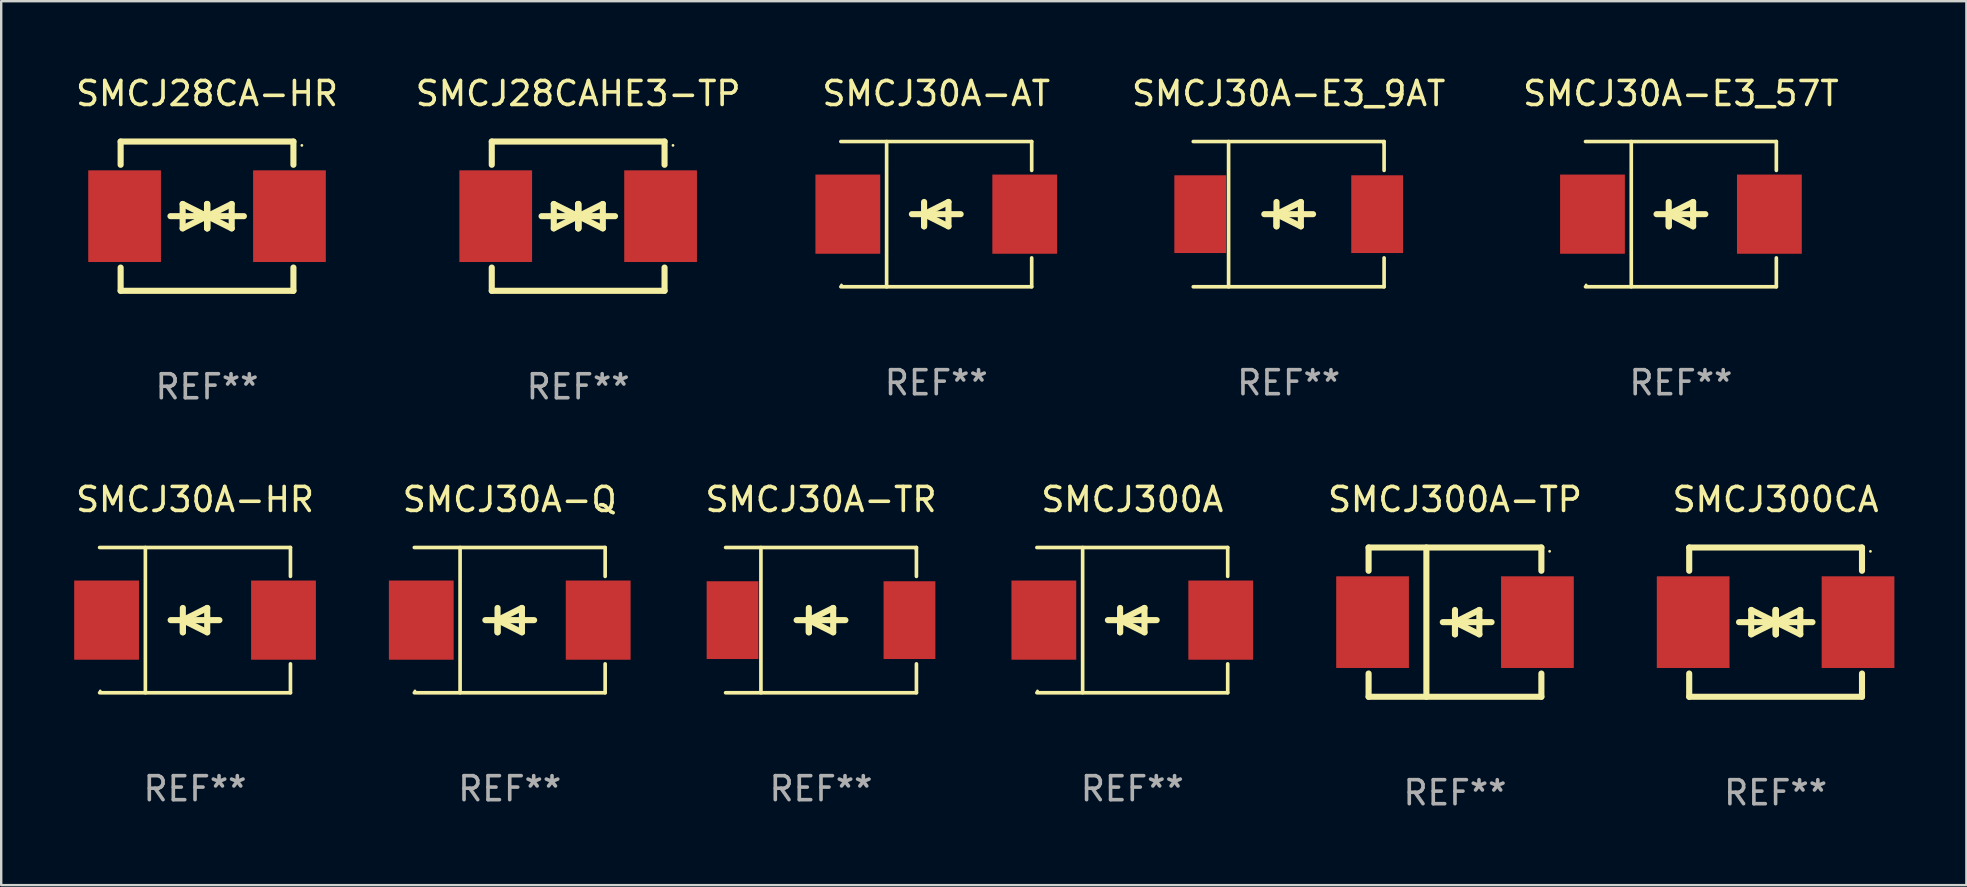
<source format=kicad_pcb>
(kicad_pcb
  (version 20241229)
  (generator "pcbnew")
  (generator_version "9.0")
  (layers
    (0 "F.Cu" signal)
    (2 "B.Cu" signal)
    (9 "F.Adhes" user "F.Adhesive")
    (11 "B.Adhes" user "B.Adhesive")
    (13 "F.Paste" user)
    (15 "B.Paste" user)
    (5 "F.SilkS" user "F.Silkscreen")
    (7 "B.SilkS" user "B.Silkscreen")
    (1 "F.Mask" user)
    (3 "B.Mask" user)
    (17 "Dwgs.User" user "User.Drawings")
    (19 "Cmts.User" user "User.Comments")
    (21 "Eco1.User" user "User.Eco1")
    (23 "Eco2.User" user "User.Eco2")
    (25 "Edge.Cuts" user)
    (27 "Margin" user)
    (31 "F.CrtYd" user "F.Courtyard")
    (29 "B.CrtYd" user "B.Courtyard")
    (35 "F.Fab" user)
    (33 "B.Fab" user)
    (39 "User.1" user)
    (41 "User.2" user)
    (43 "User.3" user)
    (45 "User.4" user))
  (footprint "SMCJ300CA"
    (layer "F.Cu")
    (at 70.94 22.875)
    (property "Reference" "SMCJ300CA" (at 0 -5.11 0) (layer "F.SilkS") (effects (font (size 1 1) (thickness 0.15))))
    (attr through_hole)
    (fp_line (start -3.6 -2.141) (end -3.6 -3.11) (stroke (width 0.254) (type solid)) (layer "F.SilkS"))
    (fp_line (start -3.6 3.11) (end -3.6 2.141) (stroke (width 0.254) (type solid)) (layer "F.SilkS"))
    (fp_line (start -1.524 0) (end 0.508 0) (stroke (width 0.254) (type solid)) (layer "F.SilkS"))
    (fp_line (start -1.016 -0.508) (end -1.016 0.508) (stroke (width 0.254) (type solid)) (layer "F.SilkS"))
    (fp_line (start -1.016 0.508) (end 0 0) (stroke (width 0.254) (type solid)) (layer "F.SilkS"))
    (fp_line (start 0 -0.508) (end 0 0.508) (stroke (width 0.254) (type solid)) (layer "F.SilkS"))
    (fp_line (start 0 0) (end -1.016 -0.508) (stroke (width 0.254) (type solid)) (layer "F.SilkS"))
    (fp_line (start 0 0) (end 0 -0.508) (stroke (width 0.254) (type solid)) (layer "F.SilkS"))
    (fp_line (start 0.012 0) (end 0.012 0.508) (stroke (width 0.254) (type solid)) (layer "F.SilkS"))
    (fp_line (start 0.012 0) (end 1.028 0.508) (stroke (width 0.254) (type solid)) (layer "F.SilkS"))
    (fp_line (start 0.012 0.508) (end 0.012 -0.508) (stroke (width 0.254) (type solid)) (layer "F.SilkS"))
    (fp_line (start 1.028 -0.508) (end 0.012 0) (stroke (width 0.254) (type solid)) (layer "F.SilkS"))
    (fp_line (start 1.028 0.508) (end 1.028 -0.508) (stroke (width 0.254) (type solid)) (layer "F.SilkS"))
    (fp_line (start 1.536 0) (end -0.496 0) (stroke (width 0.254) (type solid)) (layer "F.SilkS"))
    (fp_line (start 3.6 -3.11) (end -3.6 -3.11) (stroke (width 0.254) (type solid)) (layer "F.SilkS"))
    (fp_line (start 3.6 -2.141) (end 3.6 -3.11) (stroke (width 0.254) (type solid)) (layer "F.SilkS"))
    (fp_line (start 3.6 3.11) (end -3.6 3.11) (stroke (width 0.254) (type solid)) (layer "F.SilkS"))
    (fp_line (start 3.6 3.11) (end 3.6 2.141) (stroke (width 0.254) (type solid)) (layer "F.SilkS"))
    (fp_circle (center 3.952 -2.95) (end 3.982 -2.95) (stroke (width 0.06) (type solid)) (fill no) (layer "F.SilkS"))
    (fp_text user "REF**" (at 0 7.11 0) (layer "F.Fab") (effects (font (size 1 1) (thickness 0.15))))
    (pad "1" smd rect (at 3.435 0) (size 3.03 3.82) (layers "F.Cu" "F.Mask" "F.Paste"))
    (pad "2" smd rect (at -3.435 0) (size 3.03 3.82) (layers "F.Cu" "F.Mask" "F.Paste")))
  (footprint "SMCJ30A-TR"
    (layer "F.Cu")
    (at 31.162 22.791)
    (property "Reference" "SMCJ30A-TR" (at 0 -5.026 0) (layer "F.SilkS") (effects (font (size 1 1) (thickness 0.15))))
    (attr through_hole)
    (fp_line (start -3.976 -3.026) (end 3.976 -3.026) (stroke (width 0.152) (type solid)) (layer "F.SilkS"))
    (fp_line (start -3.976 3.026) (end 3.976 3.026) (stroke (width 0.152) (type solid)) (layer "F.SilkS"))
    (fp_line (start -2.504 -3.026) (end -2.504 3.026) (stroke (width 0.152) (type solid)) (layer "F.SilkS"))
    (fp_line (start -0.508 0) (end -0.508 0.508) (stroke (width 0.254) (type solid)) (layer "F.SilkS"))
    (fp_line (start -0.508 0) (end 0.508 0.508) (stroke (width 0.254) (type solid)) (layer "F.SilkS"))
    (fp_line (start -0.508 0.508) (end -0.508 -0.508) (stroke (width 0.254) (type solid)) (layer "F.SilkS"))
    (fp_line (start 0.508 -0.508) (end -0.508 0) (stroke (width 0.254) (type solid)) (layer "F.SilkS"))
    (fp_line (start 0.508 0.508) (end 0.508 -0.508) (stroke (width 0.254) (type solid)) (layer "F.SilkS"))
    (fp_line (start 1.016 0) (end -1.016 0) (stroke (width 0.254) (type solid)) (layer "F.SilkS"))
    (fp_line (start 3.976 -3.026) (end 3.976 -1.823) (stroke (width 0.152) (type solid)) (layer "F.SilkS"))
    (fp_line (start 3.976 3.026) (end 3.976 1.823) (stroke (width 0.152) (type solid)) (layer "F.SilkS"))
    (fp_circle (center 3.95 -2.95) (end 3.98 -2.95) (stroke (width 0.06) (type solid)) (fill no) (layer "F.SilkS"))
    (fp_text user "REF**" (at 0 7.026 0) (layer "F.Fab") (effects (font (size 1 1) (thickness 0.15))))
    (pad "1" smd rect (at 3.686 0 180) (size 2.158 3.24) (layers "F.Cu" "F.Mask" "F.Paste"))
    (pad "2" smd rect (at -3.686 0 180) (size 2.158 3.24) (layers "F.Cu" "F.Mask" "F.Paste")))
  (footprint "SMCJ28CA-HR"
    (layer "F.Cu")
    (at 5.577 5.958)
    (property "Reference" "SMCJ28CA-HR" (at 0 -5.11 0) (layer "F.SilkS") (effects (font (size 1 1) (thickness 0.15))))
    (attr through_hole)
    (fp_line (start -3.6 -2.141) (end -3.6 -3.11) (stroke (width 0.254) (type solid)) (layer "F.SilkS"))
    (fp_line (start -3.6 3.11) (end -3.6 2.141) (stroke (width 0.254) (type solid)) (layer "F.SilkS"))
    (fp_line (start -1.524 0) (end 0.508 0) (stroke (width 0.254) (type solid)) (layer "F.SilkS"))
    (fp_line (start -1.016 -0.508) (end -1.016 0.508) (stroke (width 0.254) (type solid)) (layer "F.SilkS"))
    (fp_line (start -1.016 0.508) (end 0 0) (stroke (width 0.254) (type solid)) (layer "F.SilkS"))
    (fp_line (start 0 -0.508) (end 0 0.508) (stroke (width 0.254) (type solid)) (layer "F.SilkS"))
    (fp_line (start 0 0) (end -1.016 -0.508) (stroke (width 0.254) (type solid)) (layer "F.SilkS"))
    (fp_line (start 0 0) (end 0 -0.508) (stroke (width 0.254) (type solid)) (layer "F.SilkS"))
    (fp_line (start 0.012 0) (end 0.012 0.508) (stroke (width 0.254) (type solid)) (layer "F.SilkS"))
    (fp_line (start 0.012 0) (end 1.028 0.508) (stroke (width 0.254) (type solid)) (layer "F.SilkS"))
    (fp_line (start 0.012 0.508) (end 0.012 -0.508) (stroke (width 0.254) (type solid)) (layer "F.SilkS"))
    (fp_line (start 1.028 -0.508) (end 0.012 0) (stroke (width 0.254) (type solid)) (layer "F.SilkS"))
    (fp_line (start 1.028 0.508) (end 1.028 -0.508) (stroke (width 0.254) (type solid)) (layer "F.SilkS"))
    (fp_line (start 1.536 0) (end -0.496 0) (stroke (width 0.254) (type solid)) (layer "F.SilkS"))
    (fp_line (start 3.6 -3.11) (end -3.6 -3.11) (stroke (width 0.254) (type solid)) (layer "F.SilkS"))
    (fp_line (start 3.6 -2.141) (end 3.6 -3.11) (stroke (width 0.254) (type solid)) (layer "F.SilkS"))
    (fp_line (start 3.6 3.11) (end -3.6 3.11) (stroke (width 0.254) (type solid)) (layer "F.SilkS"))
    (fp_line (start 3.6 3.11) (end 3.6 2.141) (stroke (width 0.254) (type solid)) (layer "F.SilkS"))
    (fp_circle (center 3.952 -2.95) (end 3.982 -2.95) (stroke (width 0.06) (type solid)) (fill no) (layer "F.SilkS"))
    (fp_text user "REF**" (at 0 7.11 0) (layer "F.Fab") (effects (font (size 1 1) (thickness 0.15))))
    (pad "1" smd rect (at 3.435 0) (size 3.03 3.82) (layers "F.Cu" "F.Mask" "F.Paste"))
    (pad "2" smd rect (at -3.435 0) (size 3.03 3.82) (layers "F.Cu" "F.Mask" "F.Paste")))
  (footprint "SMCJ30A-HR"
    (layer "F.Cu")
    (at 5.077 22.791)
    (property "Reference" "SMCJ30A-HR" (at 0 -5.026 0) (layer "F.SilkS") (effects (font (size 1 1) (thickness 0.15))))
    (attr through_hole)
    (fp_line (start -3.976 -3.026) (end 3.976 -3.026) (stroke (width 0.152) (type solid)) (layer "F.SilkS"))
    (fp_line (start -3.976 3.026) (end 3.976 3.026) (stroke (width 0.152) (type solid)) (layer "F.SilkS"))
    (fp_line (start -2.069 -3.026) (end -2.069 3.026) (stroke (width 0.152) (type solid)) (layer "F.SilkS"))
    (fp_line (start -0.508 0) (end -0.508 0.508) (stroke (width 0.254) (type solid)) (layer "F.SilkS"))
    (fp_line (start -0.508 0) (end 0.508 0.508) (stroke (width 0.254) (type solid)) (layer "F.SilkS"))
    (fp_line (start -0.508 0.508) (end -0.508 -0.508) (stroke (width 0.254) (type solid)) (layer "F.SilkS"))
    (fp_line (start 0.508 -0.508) (end -0.508 0) (stroke (width 0.254) (type solid)) (layer "F.SilkS"))
    (fp_line (start 0.508 0.508) (end 0.508 -0.508) (stroke (width 0.254) (type solid)) (layer "F.SilkS"))
    (fp_line (start 1.016 0) (end -1.016 0) (stroke (width 0.254) (type solid)) (layer "F.SilkS"))
    (fp_line (start 3.976 -3.026) (end 3.976 -1.823) (stroke (width 0.152) (type solid)) (layer "F.SilkS"))
    (fp_line (start 3.976 3.026) (end 3.976 1.823) (stroke (width 0.152) (type solid)) (layer "F.SilkS"))
    (fp_circle (center -3.95 2.95) (end -3.92 2.95) (stroke (width 0.06) (type solid)) (fill no) (layer "F.SilkS"))
    (fp_text user "REF**" (at 0 7.026 0) (layer "F.Fab") (effects (font (size 1 1) (thickness 0.15))))
    (pad "1" smd rect (at -3.686 0) (size 2.7 3.3) (layers "F.Cu" "F.Mask" "F.Paste"))
    (pad "2" smd rect (at 3.686 0) (size 2.7 3.3) (layers "F.Cu" "F.Mask" "F.Paste")))
  (footprint "SMCJ30A-AT"
    (layer "F.Cu")
    (at 35.965 5.874)
    (property "Reference" "SMCJ30A-AT" (at 0 -5.026 0) (layer "F.SilkS") (effects (font (size 1 1) (thickness 0.15))))
    (attr through_hole)
    (fp_line (start -3.976 -3.026) (end 3.976 -3.026) (stroke (width 0.152) (type solid)) (layer "F.SilkS"))
    (fp_line (start -3.976 3.026) (end 3.976 3.026) (stroke (width 0.152) (type solid)) (layer "F.SilkS"))
    (fp_line (start -2.069 -3.026) (end -2.069 3.026) (stroke (width 0.152) (type solid)) (layer "F.SilkS"))
    (fp_line (start -0.508 0) (end -0.508 0.508) (stroke (width 0.254) (type solid)) (layer "F.SilkS"))
    (fp_line (start -0.508 0) (end 0.508 0.508) (stroke (width 0.254) (type solid)) (layer "F.SilkS"))
    (fp_line (start -0.508 0.508) (end -0.508 -0.508) (stroke (width 0.254) (type solid)) (layer "F.SilkS"))
    (fp_line (start 0.508 -0.508) (end -0.508 0) (stroke (width 0.254) (type solid)) (layer "F.SilkS"))
    (fp_line (start 0.508 0.508) (end 0.508 -0.508) (stroke (width 0.254) (type solid)) (layer "F.SilkS"))
    (fp_line (start 1.016 0) (end -1.016 0) (stroke (width 0.254) (type solid)) (layer "F.SilkS"))
    (fp_line (start 3.976 -3.026) (end 3.976 -1.823) (stroke (width 0.152) (type solid)) (layer "F.SilkS"))
    (fp_line (start 3.976 3.026) (end 3.976 1.823) (stroke (width 0.152) (type solid)) (layer "F.SilkS"))
    (fp_circle (center -3.95 2.95) (end -3.92 2.95) (stroke (width 0.06) (type solid)) (fill no) (layer "F.SilkS"))
    (fp_text user "REF**" (at 0 7.026 0) (layer "F.Fab") (effects (font (size 1 1) (thickness 0.15))))
    (pad "1" smd rect (at -3.686 0) (size 2.7 3.3) (layers "F.Cu" "F.Mask" "F.Paste"))
    (pad "2" smd rect (at 3.686 0) (size 2.7 3.3) (layers "F.Cu" "F.Mask" "F.Paste")))
  (footprint "SMCJ28CAHE3-TP"
    (layer "F.Cu")
    (at 21.042 5.958)
    (property "Reference" "SMCJ28CAHE3-TP" (at 0 -5.11 0) (layer "F.SilkS") (effects (font (size 1 1) (thickness 0.15))))
    (attr through_hole)
    (fp_line (start -3.6 -2.141) (end -3.6 -3.11) (stroke (width 0.254) (type solid)) (layer "F.SilkS"))
    (fp_line (start -3.6 3.11) (end -3.6 2.141) (stroke (width 0.254) (type solid)) (layer "F.SilkS"))
    (fp_line (start -1.524 0) (end 0.508 0) (stroke (width 0.254) (type solid)) (layer "F.SilkS"))
    (fp_line (start -1.016 -0.508) (end -1.016 0.508) (stroke (width 0.254) (type solid)) (layer "F.SilkS"))
    (fp_line (start -1.016 0.508) (end 0 0) (stroke (width 0.254) (type solid)) (layer "F.SilkS"))
    (fp_line (start 0 -0.508) (end 0 0.508) (stroke (width 0.254) (type solid)) (layer "F.SilkS"))
    (fp_line (start 0 0) (end -1.016 -0.508) (stroke (width 0.254) (type solid)) (layer "F.SilkS"))
    (fp_line (start 0 0) (end 0 -0.508) (stroke (width 0.254) (type solid)) (layer "F.SilkS"))
    (fp_line (start 0.012 0) (end 0.012 0.508) (stroke (width 0.254) (type solid)) (layer "F.SilkS"))
    (fp_line (start 0.012 0) (end 1.028 0.508) (stroke (width 0.254) (type solid)) (layer "F.SilkS"))
    (fp_line (start 0.012 0.508) (end 0.012 -0.508) (stroke (width 0.254) (type solid)) (layer "F.SilkS"))
    (fp_line (start 1.028 -0.508) (end 0.012 0) (stroke (width 0.254) (type solid)) (layer "F.SilkS"))
    (fp_line (start 1.028 0.508) (end 1.028 -0.508) (stroke (width 0.254) (type solid)) (layer "F.SilkS"))
    (fp_line (start 1.536 0) (end -0.496 0) (stroke (width 0.254) (type solid)) (layer "F.SilkS"))
    (fp_line (start 3.6 -3.11) (end -3.6 -3.11) (stroke (width 0.254) (type solid)) (layer "F.SilkS"))
    (fp_line (start 3.6 -2.141) (end 3.6 -3.11) (stroke (width 0.254) (type solid)) (layer "F.SilkS"))
    (fp_line (start 3.6 3.11) (end -3.6 3.11) (stroke (width 0.254) (type solid)) (layer "F.SilkS"))
    (fp_line (start 3.6 3.11) (end 3.6 2.141) (stroke (width 0.254) (type solid)) (layer "F.SilkS"))
    (fp_circle (center 3.952 -2.95) (end 3.982 -2.95) (stroke (width 0.06) (type solid)) (fill no) (layer "F.SilkS"))
    (fp_text user "REF**" (at 0 7.11 0) (layer "F.Fab") (effects (font (size 1 1) (thickness 0.15))))
    (pad "1" smd rect (at 3.435 0) (size 3.03 3.82) (layers "F.Cu" "F.Mask" "F.Paste"))
    (pad "2" smd rect (at -3.435 0) (size 3.03 3.82) (layers "F.Cu" "F.Mask" "F.Paste")))
  (footprint "SMCJ30A-E3_9AT"
    (layer "F.Cu")
    (at 50.65 5.874)
    (property "Reference" "SMCJ30A-E3_9AT" (at 0 -5.026 0) (layer "F.SilkS") (effects (font (size 1 1) (thickness 0.15))))
    (attr through_hole)
    (fp_line (start -3.976 -3.026) (end 3.976 -3.026) (stroke (width 0.152) (type solid)) (layer "F.SilkS"))
    (fp_line (start -3.976 3.026) (end 3.976 3.026) (stroke (width 0.152) (type solid)) (layer "F.SilkS"))
    (fp_line (start -2.504 -3.026) (end -2.504 3.026) (stroke (width 0.152) (type solid)) (layer "F.SilkS"))
    (fp_line (start -0.508 0) (end -0.508 0.508) (stroke (width 0.254) (type solid)) (layer "F.SilkS"))
    (fp_line (start -0.508 0) (end 0.508 0.508) (stroke (width 0.254) (type solid)) (layer "F.SilkS"))
    (fp_line (start -0.508 0.508) (end -0.508 -0.508) (stroke (width 0.254) (type solid)) (layer "F.SilkS"))
    (fp_line (start 0.508 -0.508) (end -0.508 0) (stroke (width 0.254) (type solid)) (layer "F.SilkS"))
    (fp_line (start 0.508 0.508) (end 0.508 -0.508) (stroke (width 0.254) (type solid)) (layer "F.SilkS"))
    (fp_line (start 1.016 0) (end -1.016 0) (stroke (width 0.254) (type solid)) (layer "F.SilkS"))
    (fp_line (start 3.976 -3.026) (end 3.976 -1.823) (stroke (width 0.152) (type solid)) (layer "F.SilkS"))
    (fp_line (start 3.976 3.026) (end 3.976 1.823) (stroke (width 0.152) (type solid)) (layer "F.SilkS"))
    (fp_circle (center 3.95 -2.95) (end 3.98 -2.95) (stroke (width 0.06) (type solid)) (fill no) (layer "F.SilkS"))
    (fp_text user "REF**" (at 0 7.026 0) (layer "F.Fab") (effects (font (size 1 1) (thickness 0.15))))
    (pad "1" smd rect (at 3.686 0 180) (size 2.158 3.24) (layers "F.Cu" "F.Mask" "F.Paste"))
    (pad "2" smd rect (at -3.686 0 180) (size 2.158 3.24) (layers "F.Cu" "F.Mask" "F.Paste")))
  (footprint "SMCJ300A"
    (layer "F.Cu")
    (at 44.133 22.791)
    (property "Reference" "SMCJ300A" (at 0 -5.026 0) (layer "F.SilkS") (effects (font (size 1 1) (thickness 0.15))))
    (attr through_hole)
    (fp_line (start -3.976 -3.026) (end 3.976 -3.026) (stroke (width 0.152) (type solid)) (layer "F.SilkS"))
    (fp_line (start -3.976 3.026) (end 3.976 3.026) (stroke (width 0.152) (type solid)) (layer "F.SilkS"))
    (fp_line (start -2.069 -3.026) (end -2.069 3.026) (stroke (width 0.152) (type solid)) (layer "F.SilkS"))
    (fp_line (start -0.508 0) (end -0.508 0.508) (stroke (width 0.254) (type solid)) (layer "F.SilkS"))
    (fp_line (start -0.508 0) (end 0.508 0.508) (stroke (width 0.254) (type solid)) (layer "F.SilkS"))
    (fp_line (start -0.508 0.508) (end -0.508 -0.508) (stroke (width 0.254) (type solid)) (layer "F.SilkS"))
    (fp_line (start 0.508 -0.508) (end -0.508 0) (stroke (width 0.254) (type solid)) (layer "F.SilkS"))
    (fp_line (start 0.508 0.508) (end 0.508 -0.508) (stroke (width 0.254) (type solid)) (layer "F.SilkS"))
    (fp_line (start 1.016 0) (end -1.016 0) (stroke (width 0.254) (type solid)) (layer "F.SilkS"))
    (fp_line (start 3.976 -3.026) (end 3.976 -1.823) (stroke (width 0.152) (type solid)) (layer "F.SilkS"))
    (fp_line (start 3.976 3.026) (end 3.976 1.823) (stroke (width 0.152) (type solid)) (layer "F.SilkS"))
    (fp_circle (center -3.95 2.95) (end -3.92 2.95) (stroke (width 0.06) (type solid)) (fill no) (layer "F.SilkS"))
    (fp_text user "REF**" (at 0 7.026 0) (layer "F.Fab") (effects (font (size 1 1) (thickness 0.15))))
    (pad "1" smd rect (at -3.686 0) (size 2.7 3.3) (layers "F.Cu" "F.Mask" "F.Paste"))
    (pad "2" smd rect (at 3.686 0) (size 2.7 3.3) (layers "F.Cu" "F.Mask" "F.Paste")))
  (footprint "SMCJ30A-Q"
    (layer "F.Cu")
    (at 18.191 22.791)
    (property "Reference" "SMCJ30A-Q" (at 0 -5.026 0) (layer "F.SilkS") (effects (font (size 1 1) (thickness 0.15))))
    (attr through_hole)
    (fp_line (start -3.976 -3.026) (end 3.976 -3.026) (stroke (width 0.152) (type solid)) (layer "F.SilkS"))
    (fp_line (start -3.976 3.026) (end 3.976 3.026) (stroke (width 0.152) (type solid)) (layer "F.SilkS"))
    (fp_line (start -2.069 -3.026) (end -2.069 3.026) (stroke (width 0.152) (type solid)) (layer "F.SilkS"))
    (fp_line (start -0.508 0) (end -0.508 0.508) (stroke (width 0.254) (type solid)) (layer "F.SilkS"))
    (fp_line (start -0.508 0) (end 0.508 0.508) (stroke (width 0.254) (type solid)) (layer "F.SilkS"))
    (fp_line (start -0.508 0.508) (end -0.508 -0.508) (stroke (width 0.254) (type solid)) (layer "F.SilkS"))
    (fp_line (start 0.508 -0.508) (end -0.508 0) (stroke (width 0.254) (type solid)) (layer "F.SilkS"))
    (fp_line (start 0.508 0.508) (end 0.508 -0.508) (stroke (width 0.254) (type solid)) (layer "F.SilkS"))
    (fp_line (start 1.016 0) (end -1.016 0) (stroke (width 0.254) (type solid)) (layer "F.SilkS"))
    (fp_line (start 3.976 -3.026) (end 3.976 -1.823) (stroke (width 0.152) (type solid)) (layer "F.SilkS"))
    (fp_line (start 3.976 3.026) (end 3.976 1.823) (stroke (width 0.152) (type solid)) (layer "F.SilkS"))
    (fp_circle (center -3.95 2.95) (end -3.92 2.95) (stroke (width 0.06) (type solid)) (fill no) (layer "F.SilkS"))
    (fp_text user "REF**" (at 0 7.026 0) (layer "F.Fab") (effects (font (size 1 1) (thickness 0.15))))
    (pad "1" smd rect (at -3.686 0) (size 2.7 3.3) (layers "F.Cu" "F.Mask" "F.Paste"))
    (pad "2" smd rect (at 3.686 0) (size 2.7 3.3) (layers "F.Cu" "F.Mask" "F.Paste")))
  (footprint "SMCJ300A-TP"
    (layer "F.Cu")
    (at 57.58 22.875)
    (property "Reference" "SMCJ300A-TP" (at 0 -5.11 0) (layer "F.SilkS") (effects (font (size 1 1) (thickness 0.15))))
    (attr through_hole)
    (fp_line (start -3.6 -3.11) (end -3.6 -2.141) (stroke (width 0.254) (type solid)) (layer "F.SilkS"))
    (fp_line (start -3.6 -3.11) (end 3.6 -3.11) (stroke (width 0.254) (type solid)) (layer "F.SilkS"))
    (fp_line (start -3.6 2.141) (end -3.6 3.11) (stroke (width 0.254) (type solid)) (layer "F.SilkS"))
    (fp_line (start -3.6 3.11) (end 3.6 3.11) (stroke (width 0.254) (type solid)) (layer "F.SilkS"))
    (fp_line (start -1.192 -3.11) (end -1.192 3.11) (stroke (width 0.254) (type solid)) (layer "F.SilkS"))
    (fp_line (start 0 0) (end 0 0.508) (stroke (width 0.254) (type solid)) (layer "F.SilkS"))
    (fp_line (start 0 0) (end 1.016 0.508) (stroke (width 0.254) (type solid)) (layer "F.SilkS"))
    (fp_line (start 0 0.508) (end 0 -0.508) (stroke (width 0.254) (type solid)) (layer "F.SilkS"))
    (fp_line (start 1.016 -0.508) (end 0 0) (stroke (width 0.254) (type solid)) (layer "F.SilkS"))
    (fp_line (start 1.016 0.508) (end 1.016 -0.508) (stroke (width 0.254) (type solid)) (layer "F.SilkS"))
    (fp_line (start 1.524 0) (end -0.508 0) (stroke (width 0.254) (type solid)) (layer "F.SilkS"))
    (fp_line (start 3.6 -3.11) (end 3.6 -2.141) (stroke (width 0.254) (type solid)) (layer "F.SilkS"))
    (fp_line (start 3.6 2.141) (end 3.6 3.11) (stroke (width 0.254) (type solid)) (layer "F.SilkS"))
    (fp_circle (center 3.943 -2.952) (end 3.973 -2.952) (stroke (width 0.06) (type solid)) (fill no) (layer "F.SilkS"))
    (fp_text user "REF**" (at 0 7.11 0) (layer "F.Fab") (effects (font (size 1 1) (thickness 0.15))))
    (pad "1" smd rect (at 3.435 0 180) (size 3.03 3.82) (layers "F.Cu" "F.Mask" "F.Paste"))
    (pad "2" smd rect (at -3.435 0 180) (size 3.03 3.82) (layers "F.Cu" "F.Mask" "F.Paste")))
  (footprint "SMCJ30A-E3_57T"
    (layer "F.Cu")
    (at 66.995 5.874)
    (property "Reference" "SMCJ30A-E3_57T" (at 0 -5.026 0) (layer "F.SilkS") (effects (font (size 1 1) (thickness 0.15))))
    (attr through_hole)
    (fp_line (start -3.976 -3.026) (end 3.976 -3.026) (stroke (width 0.152) (type solid)) (layer "F.SilkS"))
    (fp_line (start -3.976 3.026) (end 3.976 3.026) (stroke (width 0.152) (type solid)) (layer "F.SilkS"))
    (fp_line (start -2.069 -3.026) (end -2.069 3.026) (stroke (width 0.152) (type solid)) (layer "F.SilkS"))
    (fp_line (start -0.508 0) (end -0.508 0.508) (stroke (width 0.254) (type solid)) (layer "F.SilkS"))
    (fp_line (start -0.508 0) (end 0.508 0.508) (stroke (width 0.254) (type solid)) (layer "F.SilkS"))
    (fp_line (start -0.508 0.508) (end -0.508 -0.508) (stroke (width 0.254) (type solid)) (layer "F.SilkS"))
    (fp_line (start 0.508 -0.508) (end -0.508 0) (stroke (width 0.254) (type solid)) (layer "F.SilkS"))
    (fp_line (start 0.508 0.508) (end 0.508 -0.508) (stroke (width 0.254) (type solid)) (layer "F.SilkS"))
    (fp_line (start 1.016 0) (end -1.016 0) (stroke (width 0.254) (type solid)) (layer "F.SilkS"))
    (fp_line (start 3.976 -3.026) (end 3.976 -1.823) (stroke (width 0.152) (type solid)) (layer "F.SilkS"))
    (fp_line (start 3.976 3.026) (end 3.976 1.823) (stroke (width 0.152) (type solid)) (layer "F.SilkS"))
    (fp_circle (center -3.95 2.95) (end -3.92 2.95) (stroke (width 0.06) (type solid)) (fill no) (layer "F.SilkS"))
    (fp_text user "REF**" (at 0 7.026 0) (layer "F.Fab") (effects (font (size 1 1) (thickness 0.15))))
    (pad "1" smd rect (at -3.686 0) (size 2.7 3.3) (layers "F.Cu" "F.Mask" "F.Paste"))
    (pad "2" smd rect (at 3.686 0) (size 2.7 3.3) (layers "F.Cu" "F.Mask" "F.Paste")))
  (gr_rect
    (start -3 -3)
    (end 78.89 33.833)
    (stroke (width 0.1) (type default))
    (fill no)
    (layer "Edge.Cuts")))
</source>
